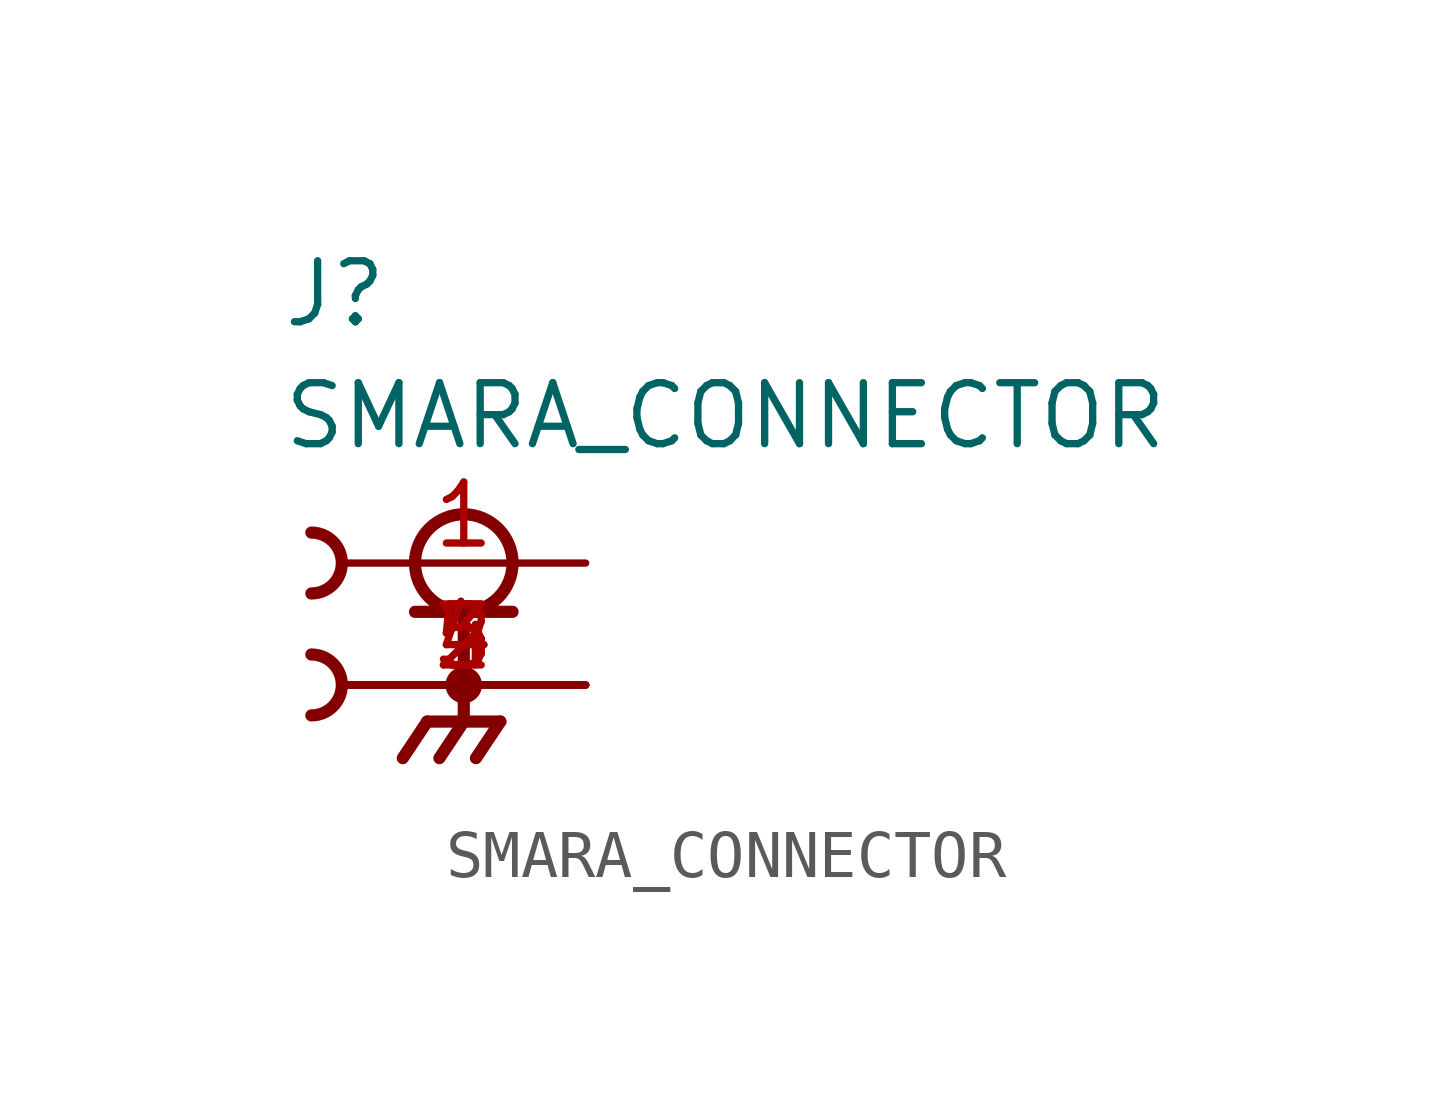
<source format=kicad_sym>
(kicad_symbol_lib
  (version 20231120)
  (generator "kicad_symbol_editor")
  (generator_version "8.0")
  (symbol "SMARA_CONNECTOR"
    (property "Reference" "J"
      (at -1.27 6.35 0)
      (effects (font (size 1.27 1.27)) (justify left top)))
    (property "Value" "SMARA_CONNECTOR"
      (at -1.27 3.81 0)
      (effects (font (size 1.27 1.27)) (justify left top)))
    (symbol "SMARA_CONNECTOR_0_0"
      (arc (start -0.635 -3.175) (mid -0.0027 -2.54) (end -0.635 -1.905) (stroke (width 0.254) (type default)) (fill (type none)))
      (arc (start -0.635 -0.635) (mid -0.0027 0) (end -0.635 0.635) (stroke (width 0.254) (type default)) (fill (type none)))
      (polyline (pts (xy 1.524 -1.016) (xy 2.54 -1.016)) (stroke (width 0.254) (type default)) (fill (type none)))
      (polyline (pts (xy 1.778 -3.302) (xy 1.27 -4.064)) (stroke (width 0.254) (type default)) (fill (type none)))
      (polyline (pts (xy 2.54 -3.302) (xy 1.778 -3.302)) (stroke (width 0.254) (type default)) (fill (type none)))
      (polyline (pts (xy 2.54 -3.302) (xy 2.032 -4.064)) (stroke (width 0.254) (type default)) (fill (type none)))
      (polyline (pts (xy 2.54 -3.302) (xy 3.302 -3.302)) (stroke (width 0.254) (type default)) (fill (type none)))
      (polyline (pts (xy 2.54 -1.016) (xy 2.54 -3.302)) (stroke (width 0.254) (type default)) (fill (type none)))
      (polyline (pts (xy 2.54 -1.016) (xy 3.556 -1.016)) (stroke (width 0.254) (type default)) (fill (type none)))
      (polyline (pts (xy 3.302 -3.302) (xy 2.794 -4.064)) (stroke (width 0.254) (type default)) (fill (type none)))
      (circle (center 2.54 -2.54) (radius 0.254) (stroke (width 0.254) (type default)) (fill (type none)))
      (circle (center 2.54 0) (radius 1.016) (stroke (width 0.254) (type default)) (fill (type none))))
    (symbol "SMARA_CONNECTOR_1_1"
      (pin passive line (at 5.08 0 180) (length 5.08) (name "" (effects (font (size 1.27 1.27)))) (number "1" (effects (font (size 1.27 1.27)))))
      (pin passive line (at 5.08 -2.54 180) (length 5.08) (name "" (effects (font (size 1.27 1.27)))) (number "2" (effects (font (size 1.27 1.27)))))
      (pin passive line (at 5.08 -2.54 180) (length 5.08) (name "" (effects (font (size 1.27 1.27)))) (number "3" (effects (font (size 1.27 1.27)))))
      (pin passive line (at 5.08 -2.54 180) (length 5.08) (name "" (effects (font (size 1.27 1.27)))) (number "4" (effects (font (size 1.27 1.27)))))
      (pin passive line (at 5.08 -2.54 180) (length 5.08) (name "" (effects (font (size 1.27 1.27)))) (number "5" (effects (font (size 1.27 1.27))))))))
</source>
